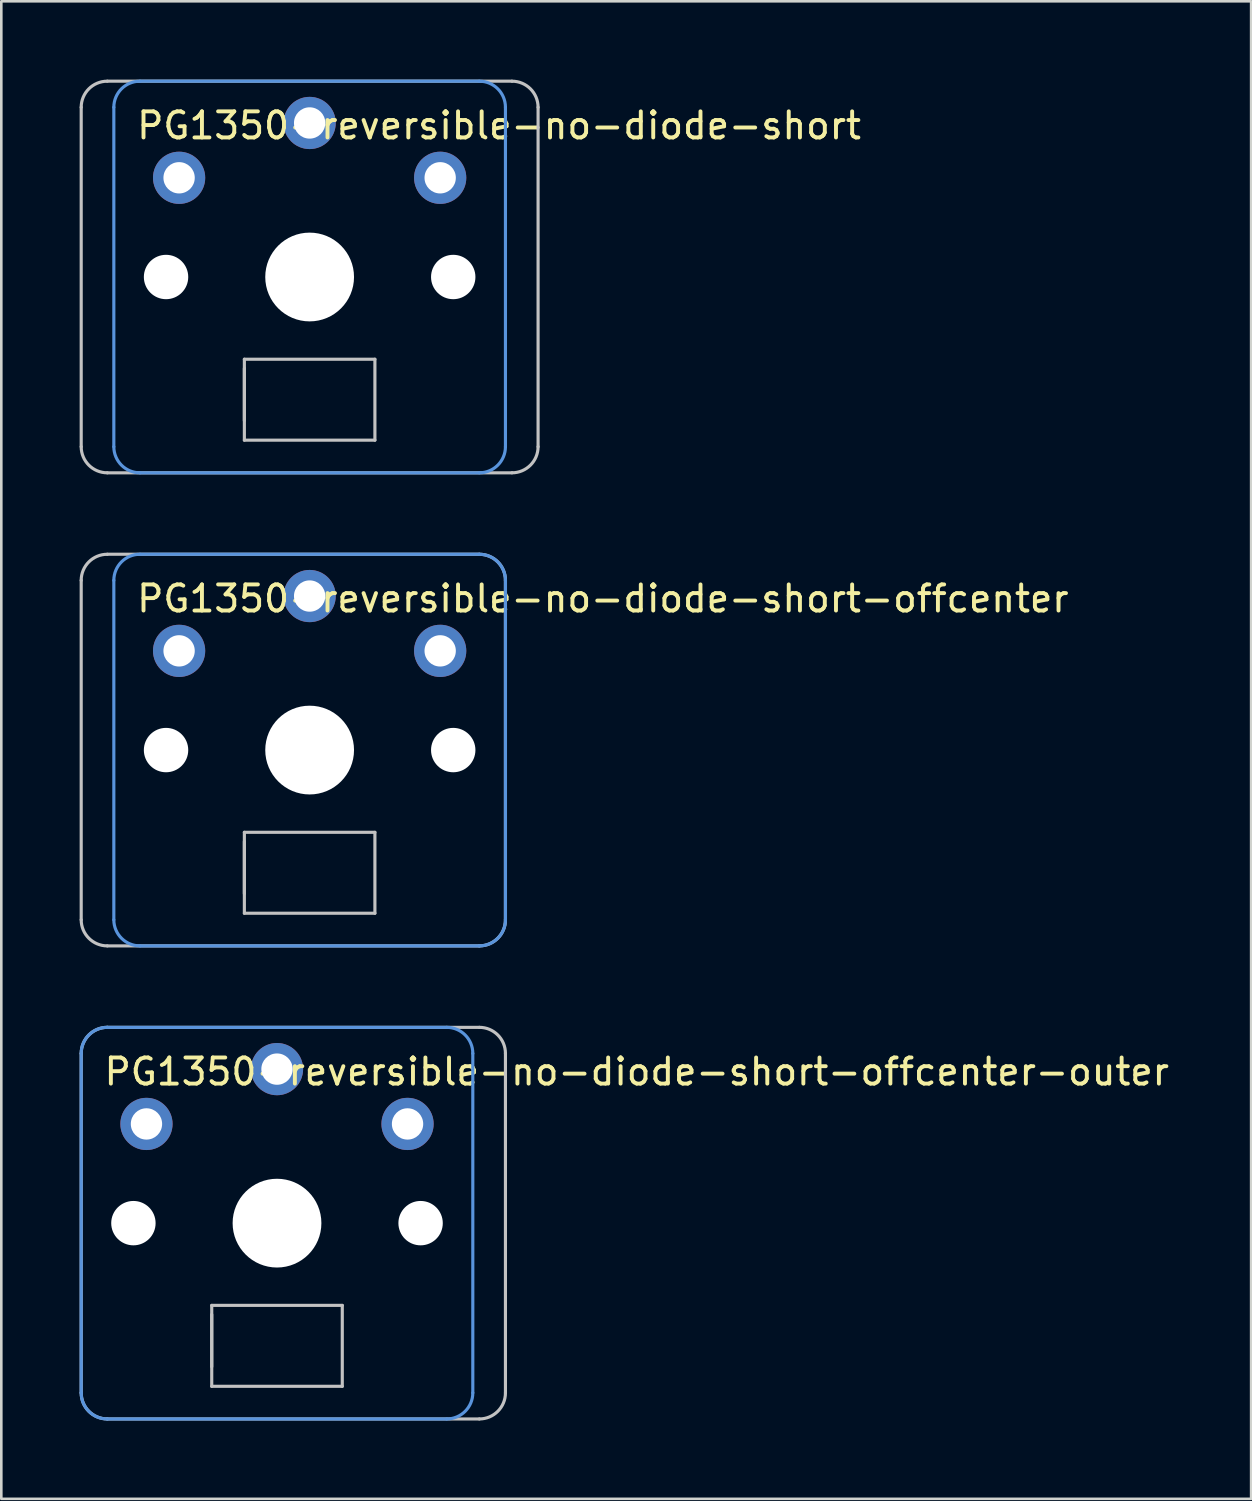
<source format=kicad_pcb>
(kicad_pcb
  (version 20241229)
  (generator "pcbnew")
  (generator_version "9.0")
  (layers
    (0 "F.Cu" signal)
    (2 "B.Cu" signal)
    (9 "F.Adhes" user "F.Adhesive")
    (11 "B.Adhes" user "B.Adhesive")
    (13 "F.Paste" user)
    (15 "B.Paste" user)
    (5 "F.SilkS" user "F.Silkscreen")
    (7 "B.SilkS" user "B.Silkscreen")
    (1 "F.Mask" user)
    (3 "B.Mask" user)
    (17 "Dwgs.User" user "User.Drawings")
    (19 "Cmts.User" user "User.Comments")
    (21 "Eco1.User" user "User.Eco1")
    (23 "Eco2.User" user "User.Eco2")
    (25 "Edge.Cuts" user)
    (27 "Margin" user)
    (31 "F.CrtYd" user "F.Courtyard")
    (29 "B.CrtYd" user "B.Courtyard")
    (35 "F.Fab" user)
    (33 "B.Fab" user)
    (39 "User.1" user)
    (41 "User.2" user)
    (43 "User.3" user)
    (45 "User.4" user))
  (footprint "PG1350-reversible-no-diode-short-offcenter-outer"
    (layer "F.Cu")
    (at 7.56 43.8)
    (property "Reference" "PG1350-reversible-no-diode-short-offcenter-outer" (at -6.7 -5.8 0) (layer "F.SilkS") (effects (font (size 1 1) (thickness 0.15)) (justify left)))
    (attr through_hole)
    (fp_line (start -7.5 6.5) (end -7.5 -6.5) (stroke (width 0.12) (type solid)) (layer "Dwgs.User"))
    (fp_line (start -6.5 -7.5) (end 7.75 -7.5) (stroke (width 0.12) (type solid)) (layer "Dwgs.User"))
    (fp_line (start -2.5 3.15) (end -2.5 6.25) (stroke (width 0.12) (type solid)) (layer "Dwgs.User"))
    (fp_line (start -2.5 5.5) (end -2.5 3.5) (stroke (width 0.12) (type solid)) (layer "Dwgs.User"))
    (fp_line (start -2.5 6.25) (end 2.5 6.25) (stroke (width 0.12) (type solid)) (layer "Dwgs.User"))
    (fp_line (start 2.5 3.15) (end -2.5 3.15) (stroke (width 0.12) (type solid)) (layer "Dwgs.User"))
    (fp_line (start 2.5 6.25) (end 2.5 3.15) (stroke (width 0.12) (type solid)) (layer "Dwgs.User"))
    (fp_line (start 7.75 7.5) (end -6.5 7.5) (stroke (width 0.12) (type solid)) (layer "Dwgs.User"))
    (fp_line (start 8.75 -6.5) (end 8.75 6.5) (stroke (width 0.12) (type solid)) (layer "Dwgs.User"))
    (fp_arc (start -7.5 -6.5) (mid -7.207107 -7.207107) (end -6.5 -7.5) (stroke (width 0.12) (type solid)) (layer "Dwgs.User"))
    (fp_arc (start -6.5 7.5) (mid -7.207107 7.207107) (end -7.5 6.5) (stroke (width 0.12) (type solid)) (layer "Dwgs.User"))
    (fp_arc (start 7.75 -7.5) (mid 8.457107 -7.207107) (end 8.75 -6.5) (stroke (width 0.12) (type solid)) (layer "Dwgs.User"))
    (fp_arc (start 8.75 6.5) (mid 8.457107 7.207107) (end 7.75 7.5) (stroke (width 0.12) (type solid)) (layer "Dwgs.User"))
    (fp_line (start -7.5 -6.5) (end -7.5 6.5) (stroke (width 0.12) (type solid)) (layer "Cmts.User"))
    (fp_line (start -6.5 7.5) (end 6.5 7.5) (stroke (width 0.12) (type solid)) (layer "Cmts.User"))
    (fp_line (start 6.5 -7.5) (end -6.5 -7.5) (stroke (width 0.12) (type solid)) (layer "Cmts.User"))
    (fp_line (start 7.5 6.5) (end 7.5 -6.5) (stroke (width 0.12) (type solid)) (layer "Cmts.User"))
    (fp_arc (start -7.5 -6.5) (mid -7.207107 -7.207107) (end -6.5 -7.5) (stroke (width 0.12) (type solid)) (layer "Cmts.User"))
    (fp_arc (start -6.5 7.5) (mid -7.207107 7.207107) (end -7.5 6.5) (stroke (width 0.12) (type solid)) (layer "Cmts.User"))
    (fp_arc (start 6.5 -7.5) (mid 7.207107 -7.207107) (end 7.5 -6.5) (stroke (width 0.12) (type solid)) (layer "Cmts.User"))
    (fp_arc (start 7.5 6.5) (mid 7.207107 7.207107) (end 6.5 7.5) (stroke (width 0.12) (type solid)) (layer "Cmts.User"))
    (pad "" np_thru_hole circle (at -5.5 0) (size 1.7 1.7) (drill 1.7) (layers "*.Cu" "*.Mask"))
    (pad "" np_thru_hole circle (at 0 0) (size 3.4 3.4) (drill 3.4) (layers "*.Cu" "*.Mask"))
    (pad "" np_thru_hole circle (at 5.5 0) (size 1.7 1.7) (drill 1.7) (layers "*.Cu" "*.Mask"))
    (pad "1" thru_hole circle (at 0 -5.9) (size 2 2) (drill 1.2) (layers "*.Cu" "*.Mask"))
    (pad "2" thru_hole circle (at -5 -3.8 221.9) (size 2 2) (drill 1.2) (layers "*.Cu" "F.Mask"))
    (pad "2" thru_hole circle (at 5 -3.8 221.9) (size 2 2) (drill 1.2) (layers "*.Cu" "B.Mask")))
  (footprint "PG1350-reversible-no-diode-short-offcenter"
    (layer "F.Cu")
    (at 8.81 25.68)
    (property "Reference" "PG1350-reversible-no-diode-short-offcenter" (at -6.7 -5.8 0) (layer "F.SilkS") (effects (font (size 1 1) (thickness 0.15)) (justify left)))
    (attr through_hole)
    (fp_line (start -8.75 6.5) (end -8.75 -6.5) (stroke (width 0.12) (type solid)) (layer "Dwgs.User"))
    (fp_line (start -7.75 -7.5) (end 6.5 -7.5) (stroke (width 0.12) (type solid)) (layer "Dwgs.User"))
    (fp_line (start -2.5 3.15) (end -2.5 6.25) (stroke (width 0.12) (type solid)) (layer "Dwgs.User"))
    (fp_line (start -2.5 5.5) (end -2.5 3.5) (stroke (width 0.12) (type solid)) (layer "Dwgs.User"))
    (fp_line (start -2.5 6.25) (end 2.5 6.25) (stroke (width 0.12) (type solid)) (layer "Dwgs.User"))
    (fp_line (start 2.5 3.15) (end -2.5 3.15) (stroke (width 0.12) (type solid)) (layer "Dwgs.User"))
    (fp_line (start 2.5 6.25) (end 2.5 3.15) (stroke (width 0.12) (type solid)) (layer "Dwgs.User"))
    (fp_line (start 6.5 7.5) (end -7.75 7.5) (stroke (width 0.12) (type solid)) (layer "Dwgs.User"))
    (fp_line (start 7.5 -6.5) (end 7.5 6.5) (stroke (width 0.12) (type solid)) (layer "Dwgs.User"))
    (fp_arc (start -8.75 -6.5) (mid -8.457107 -7.207107) (end -7.75 -7.5) (stroke (width 0.12) (type solid)) (layer "Dwgs.User"))
    (fp_arc (start -7.75 7.5) (mid -8.457107 7.207107) (end -8.75 6.5) (stroke (width 0.12) (type solid)) (layer "Dwgs.User"))
    (fp_arc (start 6.5 -7.5) (mid 7.207107 -7.207107) (end 7.5 -6.5) (stroke (width 0.12) (type solid)) (layer "Dwgs.User"))
    (fp_arc (start 7.5 6.5) (mid 7.207107 7.207107) (end 6.5 7.5) (stroke (width 0.12) (type solid)) (layer "Dwgs.User"))
    (fp_line (start -7.5 -6.5) (end -7.5 6.5) (stroke (width 0.12) (type solid)) (layer "Cmts.User"))
    (fp_line (start -6.5 7.5) (end 6.5 7.5) (stroke (width 0.12) (type solid)) (layer "Cmts.User"))
    (fp_line (start 6.5 -7.5) (end -6.5 -7.5) (stroke (width 0.12) (type solid)) (layer "Cmts.User"))
    (fp_line (start 7.5 6.5) (end 7.5 -6.5) (stroke (width 0.12) (type solid)) (layer "Cmts.User"))
    (fp_arc (start -7.5 -6.5) (mid -7.207107 -7.207107) (end -6.5 -7.5) (stroke (width 0.12) (type solid)) (layer "Cmts.User"))
    (fp_arc (start -6.5 7.5) (mid -7.207107 7.207107) (end -7.5 6.5) (stroke (width 0.12) (type solid)) (layer "Cmts.User"))
    (fp_arc (start 6.5 -7.5) (mid 7.207107 -7.207107) (end 7.5 -6.5) (stroke (width 0.12) (type solid)) (layer "Cmts.User"))
    (fp_arc (start 7.5 6.5) (mid 7.207107 7.207107) (end 6.5 7.5) (stroke (width 0.12) (type solid)) (layer "Cmts.User"))
    (pad "" np_thru_hole circle (at -5.5 0) (size 1.7 1.7) (drill 1.7) (layers "*.Cu" "*.Mask"))
    (pad "" np_thru_hole circle (at 0 0) (size 3.4 3.4) (drill 3.4) (layers "*.Cu" "*.Mask"))
    (pad "" np_thru_hole circle (at 5.5 0) (size 1.7 1.7) (drill 1.7) (layers "*.Cu" "*.Mask"))
    (pad "1" thru_hole circle (at 0 -5.9) (size 2 2) (drill 1.2) (layers "*.Cu" "*.Mask"))
    (pad "2" thru_hole circle (at -5 -3.8 221.9) (size 2 2) (drill 1.2) (layers "*.Cu" "F.Mask"))
    (pad "2" thru_hole circle (at 5 -3.8 221.9) (size 2 2) (drill 1.2) (layers "*.Cu" "B.Mask")))
  (footprint "PG1350-reversible-no-diode-short"
    (layer "F.Cu")
    (at 8.81 7.56)
    (property "Reference" "PG1350-reversible-no-diode-short" (at -6.7 -5.8 0) (layer "F.SilkS") (effects (font (size 1 1) (thickness 0.15)) (justify left)))
    (attr through_hole)
    (fp_line (start -8.75 6.5) (end -8.75 -6.5) (stroke (width 0.12) (type solid)) (layer "Dwgs.User"))
    (fp_line (start -7.75 -7.5) (end 7.75 -7.5) (stroke (width 0.12) (type solid)) (layer "Dwgs.User"))
    (fp_line (start -2.5 3.15) (end -2.5 6.25) (stroke (width 0.12) (type solid)) (layer "Dwgs.User"))
    (fp_line (start -2.5 5.5) (end -2.5 3.5) (stroke (width 0.12) (type solid)) (layer "Dwgs.User"))
    (fp_line (start -2.5 6.25) (end 2.5 6.25) (stroke (width 0.12) (type solid)) (layer "Dwgs.User"))
    (fp_line (start 2.5 3.15) (end -2.5 3.15) (stroke (width 0.12) (type solid)) (layer "Dwgs.User"))
    (fp_line (start 2.5 6.25) (end 2.5 3.15) (stroke (width 0.12) (type solid)) (layer "Dwgs.User"))
    (fp_line (start 7.75 7.5) (end -7.75 7.5) (stroke (width 0.12) (type solid)) (layer "Dwgs.User"))
    (fp_line (start 8.75 -6.5) (end 8.75 6.5) (stroke (width 0.12) (type solid)) (layer "Dwgs.User"))
    (fp_arc (start -8.75 -6.5) (mid -8.457107 -7.207107) (end -7.75 -7.5) (stroke (width 0.12) (type solid)) (layer "Dwgs.User"))
    (fp_arc (start -7.75 7.5) (mid -8.457107 7.207107) (end -8.75 6.5) (stroke (width 0.12) (type solid)) (layer "Dwgs.User"))
    (fp_arc (start 7.75 -7.5) (mid 8.457107 -7.207107) (end 8.75 -6.5) (stroke (width 0.12) (type solid)) (layer "Dwgs.User"))
    (fp_arc (start 8.75 6.5) (mid 8.457107 7.207107) (end 7.75 7.5) (stroke (width 0.12) (type solid)) (layer "Dwgs.User"))
    (fp_line (start -7.5 -6.5) (end -7.5 6.5) (stroke (width 0.12) (type solid)) (layer "Cmts.User"))
    (fp_line (start -6.5 7.5) (end 6.5 7.5) (stroke (width 0.12) (type solid)) (layer "Cmts.User"))
    (fp_line (start 6.5 -7.5) (end -6.5 -7.5) (stroke (width 0.12) (type solid)) (layer "Cmts.User"))
    (fp_line (start 7.5 6.5) (end 7.5 -6.5) (stroke (width 0.12) (type solid)) (layer "Cmts.User"))
    (fp_arc (start -7.5 -6.5) (mid -7.207107 -7.207107) (end -6.5 -7.5) (stroke (width 0.12) (type solid)) (layer "Cmts.User"))
    (fp_arc (start -6.5 7.5) (mid -7.207107 7.207107) (end -7.5 6.5) (stroke (width 0.12) (type solid)) (layer "Cmts.User"))
    (fp_arc (start 6.5 -7.5) (mid 7.207107 -7.207107) (end 7.5 -6.5) (stroke (width 0.12) (type solid)) (layer "Cmts.User"))
    (fp_arc (start 7.5 6.5) (mid 7.207107 7.207107) (end 6.5 7.5) (stroke (width 0.12) (type solid)) (layer "Cmts.User"))
    (pad "" np_thru_hole circle (at -5.5 0) (size 1.7 1.7) (drill 1.7) (layers "*.Cu" "*.Mask"))
    (pad "" np_thru_hole circle (at 0 0) (size 3.4 3.4) (drill 3.4) (layers "*.Cu" "*.Mask"))
    (pad "" np_thru_hole circle (at 5.5 0) (size 1.7 1.7) (drill 1.7) (layers "*.Cu" "*.Mask"))
    (pad "1" thru_hole circle (at 0 -5.9) (size 2 2) (drill 1.2) (layers "*.Cu" "*.Mask"))
    (pad "2" thru_hole circle (at -5 -3.8 221.9) (size 2 2) (drill 1.2) (layers "*.Cu" "F.Mask"))
    (pad "2" thru_hole circle (at 5 -3.8 221.9) (size 2 2) (drill 1.2) (layers "*.Cu" "B.Mask")))
  (gr_rect
    (start -3 -3)
    (end 44.872 54.36)
    (stroke (width 0.1) (type default))
    (fill no)
    (layer "Edge.Cuts")))
</source>
